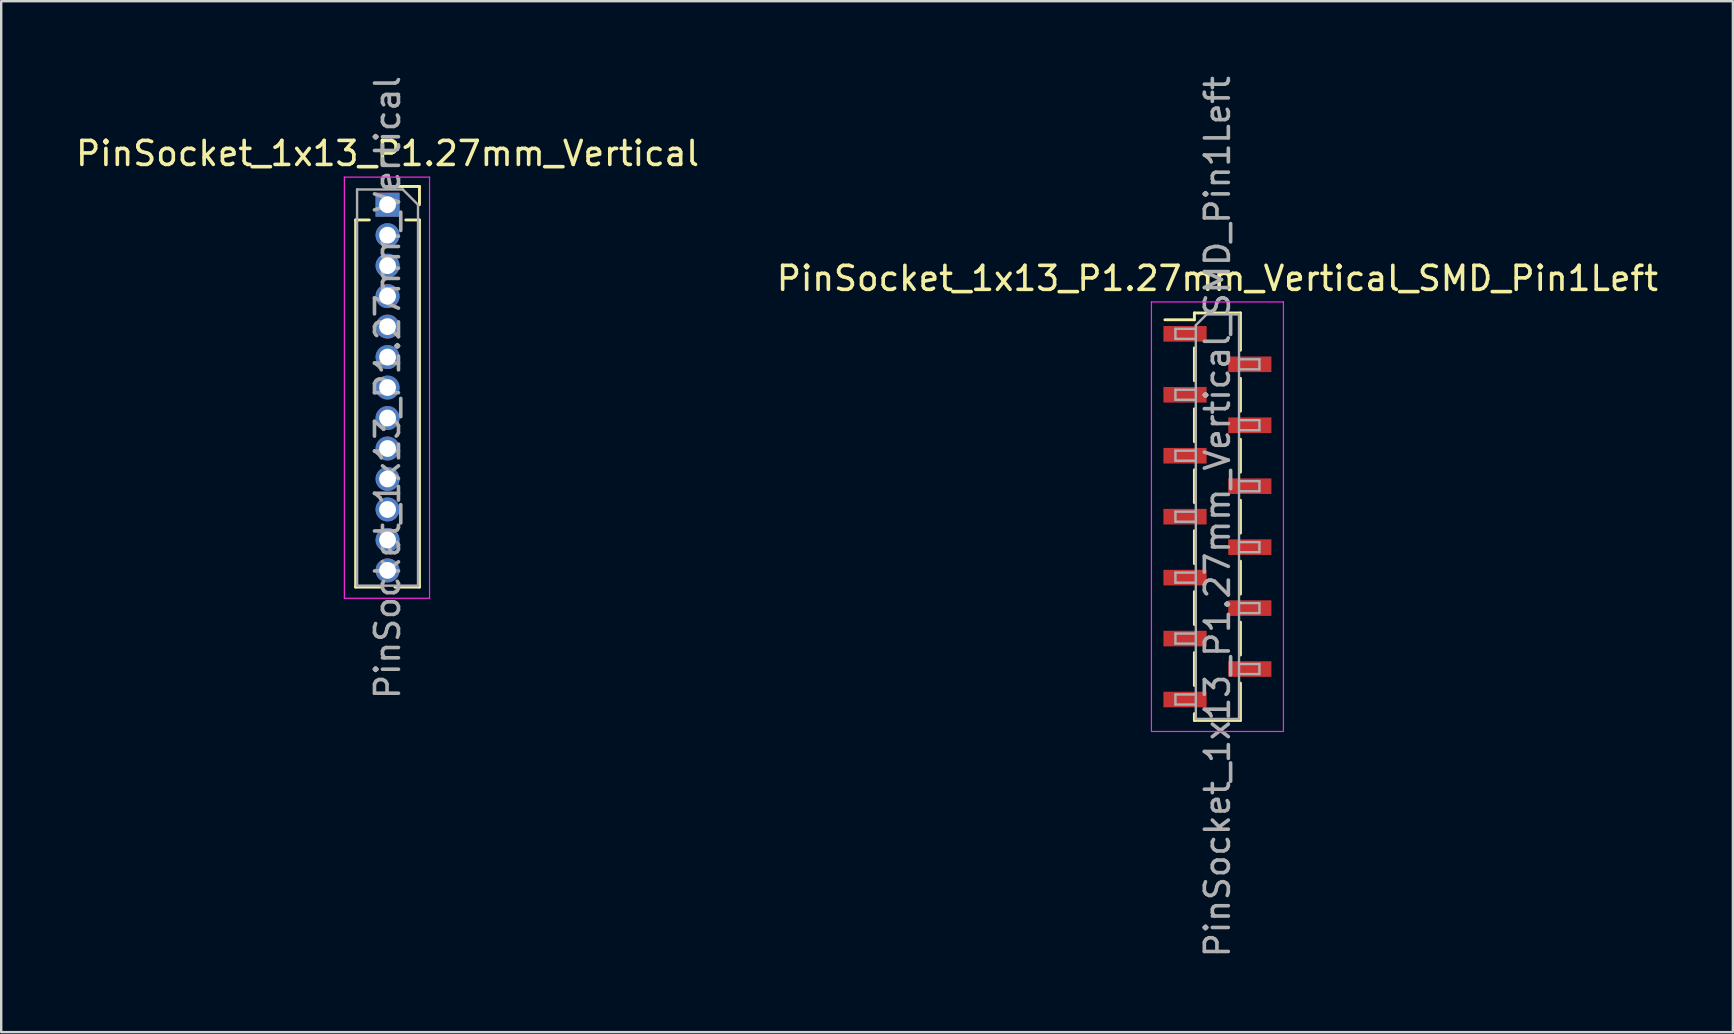
<source format=kicad_pcb>
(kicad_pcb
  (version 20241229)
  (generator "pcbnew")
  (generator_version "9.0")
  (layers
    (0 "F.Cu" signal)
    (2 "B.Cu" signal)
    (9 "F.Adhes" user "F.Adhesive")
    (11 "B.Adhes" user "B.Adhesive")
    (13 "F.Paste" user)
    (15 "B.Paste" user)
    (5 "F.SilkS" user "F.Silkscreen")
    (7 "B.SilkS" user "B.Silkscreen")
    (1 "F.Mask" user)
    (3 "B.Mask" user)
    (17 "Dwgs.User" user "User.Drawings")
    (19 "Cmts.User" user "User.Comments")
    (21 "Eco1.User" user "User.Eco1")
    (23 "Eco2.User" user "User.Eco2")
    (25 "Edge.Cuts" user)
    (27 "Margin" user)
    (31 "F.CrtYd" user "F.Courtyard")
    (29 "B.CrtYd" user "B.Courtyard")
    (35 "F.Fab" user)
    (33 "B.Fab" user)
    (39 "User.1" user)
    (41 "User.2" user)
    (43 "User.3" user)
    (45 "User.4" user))
  (footprint "PinSocket_1x13_P1.27mm_Vertical"
    (layer "F.Cu")
    (at 13.101 5.481)
    (property "Reference" "PinSocket_1x13_P1.27mm_Vertical" (at 0 -2.135 0) (layer "F.SilkS") (effects (font (size 1 1) (thickness 0.15))))
    (attr through_hole)
    (fp_line (start -1.33 0.635) (end -1.33 15.935) (stroke (width 0.12) (type solid)) (layer "F.SilkS"))
    (fp_line (start -1.33 0.635) (end -0.76 0.635) (stroke (width 0.12) (type solid)) (layer "F.SilkS"))
    (fp_line (start -1.33 15.935) (end -0.308 15.935) (stroke (width 0.12) (type solid)) (layer "F.SilkS"))
    (fp_line (start 0 -0.76) (end 1.33 -0.76) (stroke (width 0.12) (type solid)) (layer "F.SilkS"))
    (fp_line (start 0.308 15.935) (end 1.33 15.935) (stroke (width 0.12) (type solid)) (layer "F.SilkS"))
    (fp_line (start 0.76 0.635) (end 1.33 0.635) (stroke (width 0.12) (type solid)) (layer "F.SilkS"))
    (fp_line (start 1.33 -0.76) (end 1.33 0) (stroke (width 0.12) (type solid)) (layer "F.SilkS"))
    (fp_line (start 1.33 0.635) (end 1.33 15.935) (stroke (width 0.12) (type solid)) (layer "F.SilkS"))
    (fp_line (start -1.8 -1.15) (end 1.75 -1.15) (stroke (width 0.05) (type solid)) (layer "F.CrtYd"))
    (fp_line (start -1.8 16.4) (end -1.8 -1.15) (stroke (width 0.05) (type solid)) (layer "F.CrtYd"))
    (fp_line (start 1.75 -1.15) (end 1.75 16.4) (stroke (width 0.05) (type solid)) (layer "F.CrtYd"))
    (fp_line (start 1.75 16.4) (end -1.8 16.4) (stroke (width 0.05) (type solid)) (layer "F.CrtYd"))
    (fp_line (start -1.27 -0.635) (end 0.635 -0.635) (stroke (width 0.1) (type solid)) (layer "F.Fab"))
    (fp_line (start -1.27 15.875) (end -1.27 -0.635) (stroke (width 0.1) (type solid)) (layer "F.Fab"))
    (fp_line (start 0.635 -0.635) (end 1.27 0) (stroke (width 0.1) (type solid)) (layer "F.Fab"))
    (fp_line (start 1.27 0) (end 1.27 15.875) (stroke (width 0.1) (type solid)) (layer "F.Fab"))
    (fp_line (start 1.27 15.875) (end -1.27 15.875) (stroke (width 0.1) (type solid)) (layer "F.Fab"))
    (fp_text user "${REFERENCE}" (at 0 7.62 90) (layer "F.Fab") (effects (font (size 1 1) (thickness 0.15))))
    (pad "1" thru_hole rect (at 0 0) (size 1 1) (drill 0.7) (layers "*.Cu" "*.Mask"))
    (pad "2" thru_hole oval (at 0 1.27) (size 1 1) (drill 0.7) (layers "*.Cu" "*.Mask"))
    (pad "3" thru_hole oval (at 0 2.54) (size 1 1) (drill 0.7) (layers "*.Cu" "*.Mask"))
    (pad "4" thru_hole oval (at 0 3.81) (size 1 1) (drill 0.7) (layers "*.Cu" "*.Mask"))
    (pad "5" thru_hole oval (at 0 5.08) (size 1 1) (drill 0.7) (layers "*.Cu" "*.Mask"))
    (pad "6" thru_hole oval (at 0 6.35) (size 1 1) (drill 0.7) (layers "*.Cu" "*.Mask"))
    (pad "7" thru_hole oval (at 0 7.62) (size 1 1) (drill 0.7) (layers "*.Cu" "*.Mask"))
    (pad "8" thru_hole oval (at 0 8.89) (size 1 1) (drill 0.7) (layers "*.Cu" "*.Mask"))
    (pad "9" thru_hole oval (at 0 10.16) (size 1 1) (drill 0.7) (layers "*.Cu" "*.Mask"))
    (pad "10" thru_hole oval (at 0 11.43) (size 1 1) (drill 0.7) (layers "*.Cu" "*.Mask"))
    (pad "11" thru_hole oval (at 0 12.7) (size 1 1) (drill 0.7) (layers "*.Cu" "*.Mask"))
    (pad "12" thru_hole oval (at 0 13.97) (size 1 1) (drill 0.7) (layers "*.Cu" "*.Mask"))
    (pad "13" thru_hole oval (at 0 15.24) (size 1 1) (drill 0.7) (layers "*.Cu" "*.Mask")))
  (footprint "PinSocket_1x13_P1.27mm_Vertical_SMD_Pin1Left"
    (layer "F.Cu")
    (at 47.685 18.482)
    (property "Reference" "PinSocket_1x13_P1.27mm_Vertical_SMD_Pin1Left" (at 0 -9.93 0) (layer "F.SilkS") (effects (font (size 1 1) (thickness 0.15))))
    (attr smd)
    (fp_line (start -2.19 -8.205) (end -0.96 -8.205) (stroke (width 0.12) (type solid)) (layer "F.SilkS"))
    (fp_line (start -0.96 -8.49) (end -0.96 -8.205) (stroke (width 0.12) (type solid)) (layer "F.SilkS"))
    (fp_line (start -0.96 -8.49) (end 0.96 -8.49) (stroke (width 0.12) (type solid)) (layer "F.SilkS"))
    (fp_line (start -0.96 -7.035) (end -0.96 -5.665) (stroke (width 0.12) (type solid)) (layer "F.SilkS"))
    (fp_line (start -0.96 -4.495) (end -0.96 -3.125) (stroke (width 0.12) (type solid)) (layer "F.SilkS"))
    (fp_line (start -0.96 -1.955) (end -0.96 -0.585) (stroke (width 0.12) (type solid)) (layer "F.SilkS"))
    (fp_line (start -0.96 0.585) (end -0.96 1.955) (stroke (width 0.12) (type solid)) (layer "F.SilkS"))
    (fp_line (start -0.96 3.125) (end -0.96 4.495) (stroke (width 0.12) (type solid)) (layer "F.SilkS"))
    (fp_line (start -0.96 5.665) (end -0.96 7.035) (stroke (width 0.12) (type solid)) (layer "F.SilkS"))
    (fp_line (start -0.96 8.205) (end -0.96 8.49) (stroke (width 0.12) (type solid)) (layer "F.SilkS"))
    (fp_line (start -0.96 8.49) (end 0.96 8.49) (stroke (width 0.12) (type solid)) (layer "F.SilkS"))
    (fp_line (start 0.96 -8.49) (end 0.96 -6.935) (stroke (width 0.12) (type solid)) (layer "F.SilkS"))
    (fp_line (start 0.96 -5.765) (end 0.96 -4.395) (stroke (width 0.12) (type solid)) (layer "F.SilkS"))
    (fp_line (start 0.96 -3.225) (end 0.96 -1.855) (stroke (width 0.12) (type solid)) (layer "F.SilkS"))
    (fp_line (start 0.96 -0.685) (end 0.96 0.685) (stroke (width 0.12) (type solid)) (layer "F.SilkS"))
    (fp_line (start 0.96 1.855) (end 0.96 3.225) (stroke (width 0.12) (type solid)) (layer "F.SilkS"))
    (fp_line (start 0.96 4.395) (end 0.96 5.765) (stroke (width 0.12) (type solid)) (layer "F.SilkS"))
    (fp_line (start 0.96 6.935) (end 0.96 8.49) (stroke (width 0.12) (type solid)) (layer "F.SilkS"))
    (fp_line (start -2.75 -8.95) (end 2.75 -8.95) (stroke (width 0.05) (type solid)) (layer "F.CrtYd"))
    (fp_line (start -2.75 8.95) (end -2.75 -8.95) (stroke (width 0.05) (type solid)) (layer "F.CrtYd"))
    (fp_line (start 2.75 -8.95) (end 2.75 8.95) (stroke (width 0.05) (type solid)) (layer "F.CrtYd"))
    (fp_line (start 2.75 8.95) (end -2.75 8.95) (stroke (width 0.05) (type solid)) (layer "F.CrtYd"))
    (fp_line (start -1.75 -7.83) (end -0.9 -7.83) (stroke (width 0.1) (type solid)) (layer "F.Fab"))
    (fp_line (start -1.75 -7.41) (end -1.75 -7.83) (stroke (width 0.1) (type solid)) (layer "F.Fab"))
    (fp_line (start -1.75 -5.29) (end -0.9 -5.29) (stroke (width 0.1) (type solid)) (layer "F.Fab"))
    (fp_line (start -1.75 -4.87) (end -1.75 -5.29) (stroke (width 0.1) (type solid)) (layer "F.Fab"))
    (fp_line (start -1.75 -2.75) (end -0.9 -2.75) (stroke (width 0.1) (type solid)) (layer "F.Fab"))
    (fp_line (start -1.75 -2.33) (end -1.75 -2.75) (stroke (width 0.1) (type solid)) (layer "F.Fab"))
    (fp_line (start -1.75 -0.21) (end -0.9 -0.21) (stroke (width 0.1) (type solid)) (layer "F.Fab"))
    (fp_line (start -1.75 0.21) (end -1.75 -0.21) (stroke (width 0.1) (type solid)) (layer "F.Fab"))
    (fp_line (start -1.75 2.33) (end -0.9 2.33) (stroke (width 0.1) (type solid)) (layer "F.Fab"))
    (fp_line (start -1.75 2.75) (end -1.75 2.33) (stroke (width 0.1) (type solid)) (layer "F.Fab"))
    (fp_line (start -1.75 4.87) (end -0.9 4.87) (stroke (width 0.1) (type solid)) (layer "F.Fab"))
    (fp_line (start -1.75 5.29) (end -1.75 4.87) (stroke (width 0.1) (type solid)) (layer "F.Fab"))
    (fp_line (start -1.75 7.41) (end -0.9 7.41) (stroke (width 0.1) (type solid)) (layer "F.Fab"))
    (fp_line (start -1.75 7.83) (end -1.75 7.41) (stroke (width 0.1) (type solid)) (layer "F.Fab"))
    (fp_line (start -0.9 -7.98) (end -0.45 -8.43) (stroke (width 0.1) (type solid)) (layer "F.Fab"))
    (fp_line (start -0.9 -7.41) (end -1.75 -7.41) (stroke (width 0.1) (type solid)) (layer "F.Fab"))
    (fp_line (start -0.9 -4.87) (end -1.75 -4.87) (stroke (width 0.1) (type solid)) (layer "F.Fab"))
    (fp_line (start -0.9 -2.33) (end -1.75 -2.33) (stroke (width 0.1) (type solid)) (layer "F.Fab"))
    (fp_line (start -0.9 0.21) (end -1.75 0.21) (stroke (width 0.1) (type solid)) (layer "F.Fab"))
    (fp_line (start -0.9 2.75) (end -1.75 2.75) (stroke (width 0.1) (type solid)) (layer "F.Fab"))
    (fp_line (start -0.9 5.29) (end -1.75 5.29) (stroke (width 0.1) (type solid)) (layer "F.Fab"))
    (fp_line (start -0.9 7.83) (end -1.75 7.83) (stroke (width 0.1) (type solid)) (layer "F.Fab"))
    (fp_line (start -0.9 8.43) (end -0.9 -7.98) (stroke (width 0.1) (type solid)) (layer "F.Fab"))
    (fp_line (start -0.45 -8.43) (end 0.9 -8.43) (stroke (width 0.1) (type solid)) (layer "F.Fab"))
    (fp_line (start 0.9 -8.43) (end 0.9 8.43) (stroke (width 0.1) (type solid)) (layer "F.Fab"))
    (fp_line (start 0.9 -6.56) (end 1.75 -6.56) (stroke (width 0.1) (type solid)) (layer "F.Fab"))
    (fp_line (start 0.9 -4.02) (end 1.75 -4.02) (stroke (width 0.1) (type solid)) (layer "F.Fab"))
    (fp_line (start 0.9 -1.48) (end 1.75 -1.48) (stroke (width 0.1) (type solid)) (layer "F.Fab"))
    (fp_line (start 0.9 1.06) (end 1.75 1.06) (stroke (width 0.1) (type solid)) (layer "F.Fab"))
    (fp_line (start 0.9 3.6) (end 1.75 3.6) (stroke (width 0.1) (type solid)) (layer "F.Fab"))
    (fp_line (start 0.9 6.14) (end 1.75 6.14) (stroke (width 0.1) (type solid)) (layer "F.Fab"))
    (fp_line (start 0.9 8.43) (end -0.9 8.43) (stroke (width 0.1) (type solid)) (layer "F.Fab"))
    (fp_line (start 1.75 -6.56) (end 1.75 -6.14) (stroke (width 0.1) (type solid)) (layer "F.Fab"))
    (fp_line (start 1.75 -6.14) (end 0.9 -6.14) (stroke (width 0.1) (type solid)) (layer "F.Fab"))
    (fp_line (start 1.75 -4.02) (end 1.75 -3.6) (stroke (width 0.1) (type solid)) (layer "F.Fab"))
    (fp_line (start 1.75 -3.6) (end 0.9 -3.6) (stroke (width 0.1) (type solid)) (layer "F.Fab"))
    (fp_line (start 1.75 -1.48) (end 1.75 -1.06) (stroke (width 0.1) (type solid)) (layer "F.Fab"))
    (fp_line (start 1.75 -1.06) (end 0.9 -1.06) (stroke (width 0.1) (type solid)) (layer "F.Fab"))
    (fp_line (start 1.75 1.06) (end 1.75 1.48) (stroke (width 0.1) (type solid)) (layer "F.Fab"))
    (fp_line (start 1.75 1.48) (end 0.9 1.48) (stroke (width 0.1) (type solid)) (layer "F.Fab"))
    (fp_line (start 1.75 3.6) (end 1.75 4.02) (stroke (width 0.1) (type solid)) (layer "F.Fab"))
    (fp_line (start 1.75 4.02) (end 0.9 4.02) (stroke (width 0.1) (type solid)) (layer "F.Fab"))
    (fp_line (start 1.75 6.14) (end 1.75 6.56) (stroke (width 0.1) (type solid)) (layer "F.Fab"))
    (fp_line (start 1.75 6.56) (end 0.9 6.56) (stroke (width 0.1) (type solid)) (layer "F.Fab"))
    (fp_text user "${REFERENCE}" (at 0 0 90) (layer "F.Fab") (effects (font (size 1 1) (thickness 0.15))))
    (pad "1" smd rect (at -1.35 -7.62) (size 1.8 0.65) (layers "F.Cu" "F.Mask" "F.Paste"))
    (pad "2" smd rect (at 1.35 -6.35) (size 1.8 0.65) (layers "F.Cu" "F.Mask" "F.Paste"))
    (pad "3" smd rect (at -1.35 -5.08) (size 1.8 0.65) (layers "F.Cu" "F.Mask" "F.Paste"))
    (pad "4" smd rect (at 1.35 -3.81) (size 1.8 0.65) (layers "F.Cu" "F.Mask" "F.Paste"))
    (pad "5" smd rect (at -1.35 -2.54) (size 1.8 0.65) (layers "F.Cu" "F.Mask" "F.Paste"))
    (pad "6" smd rect (at 1.35 -1.27) (size 1.8 0.65) (layers "F.Cu" "F.Mask" "F.Paste"))
    (pad "7" smd rect (at -1.35 0) (size 1.8 0.65) (layers "F.Cu" "F.Mask" "F.Paste"))
    (pad "8" smd rect (at 1.35 1.27) (size 1.8 0.65) (layers "F.Cu" "F.Mask" "F.Paste"))
    (pad "9" smd rect (at -1.35 2.54) (size 1.8 0.65) (layers "F.Cu" "F.Mask" "F.Paste"))
    (pad "10" smd rect (at 1.35 3.81) (size 1.8 0.65) (layers "F.Cu" "F.Mask" "F.Paste"))
    (pad "11" smd rect (at -1.35 5.08) (size 1.8 0.65) (layers "F.Cu" "F.Mask" "F.Paste"))
    (pad "12" smd rect (at 1.35 6.35) (size 1.8 0.65) (layers "F.Cu" "F.Mask" "F.Paste"))
    (pad "13" smd rect (at -1.35 7.62) (size 1.8 0.65) (layers "F.Cu" "F.Mask" "F.Paste")))
  (gr_rect
    (start -3 -3)
    (end 69.167 39.964)
    (stroke (width 0.1) (type default))
    (fill no)
    (layer "Edge.Cuts")))
</source>
